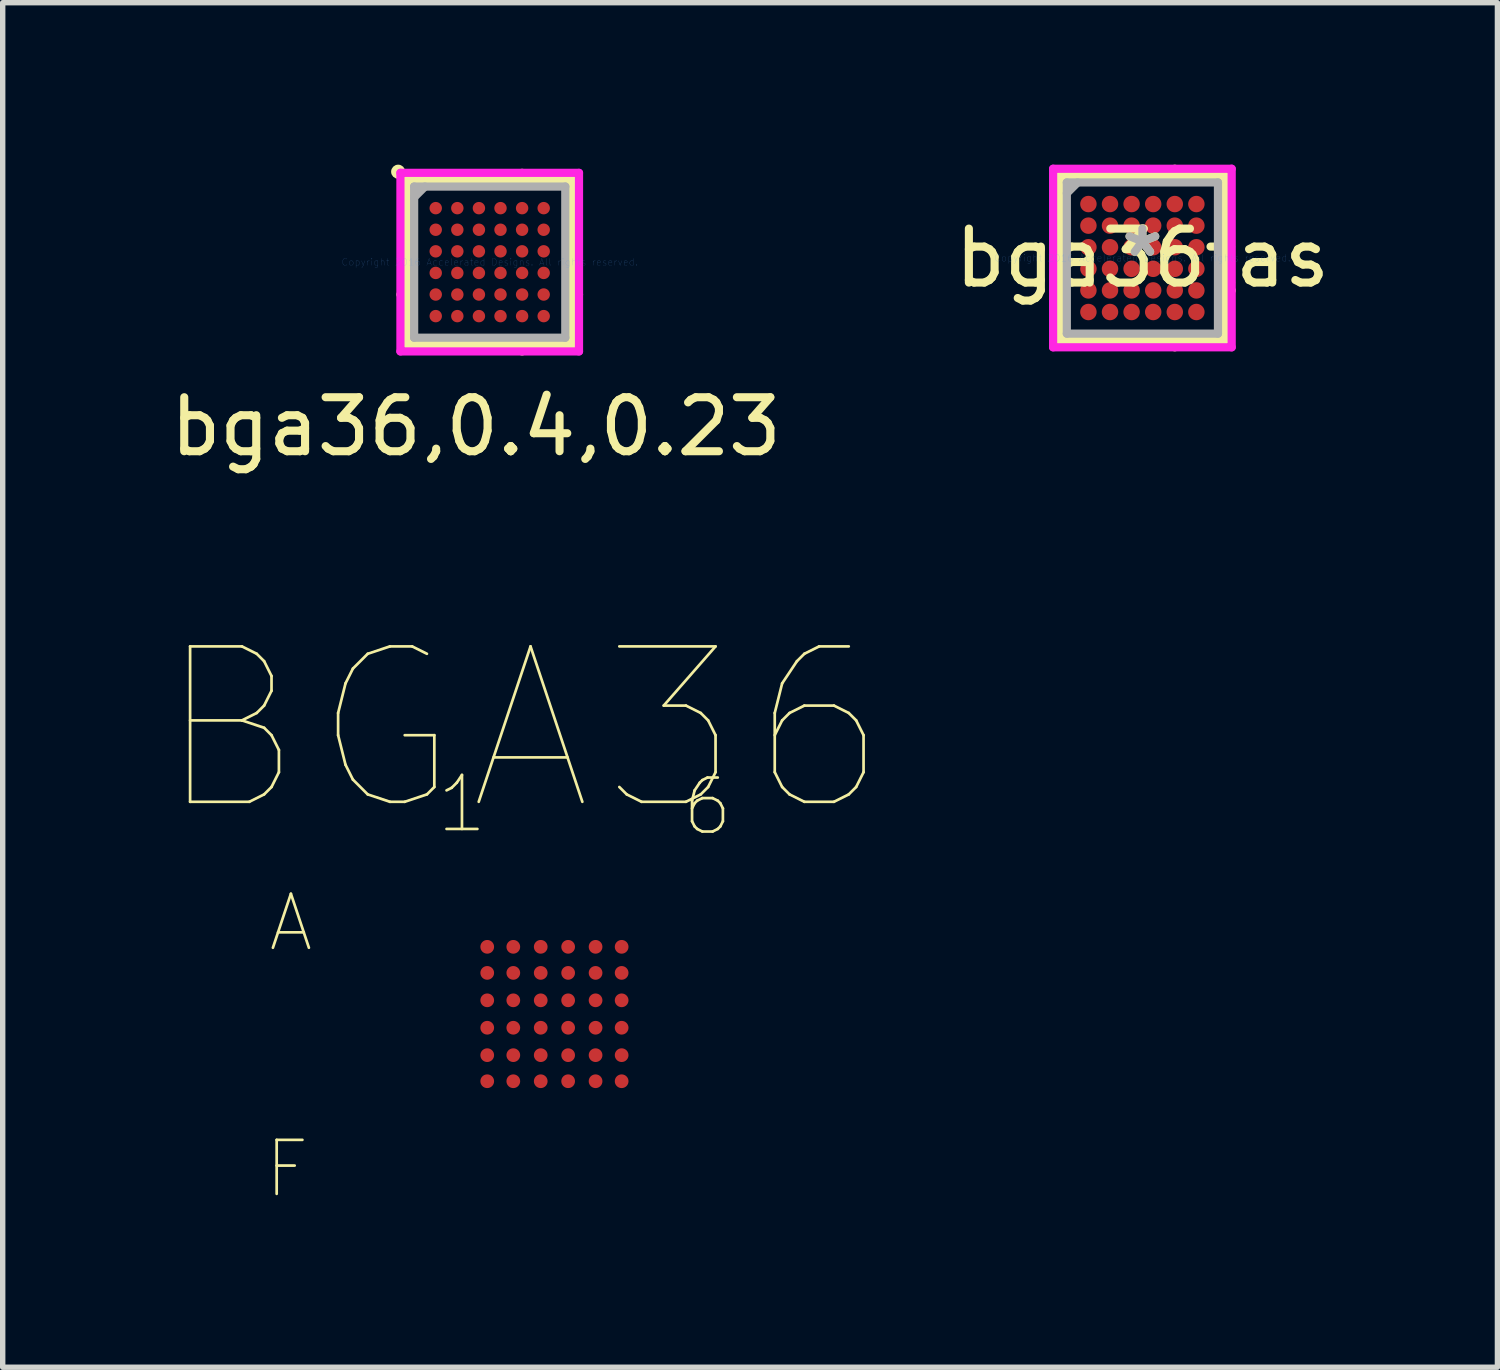
<source format=kicad_pcb>
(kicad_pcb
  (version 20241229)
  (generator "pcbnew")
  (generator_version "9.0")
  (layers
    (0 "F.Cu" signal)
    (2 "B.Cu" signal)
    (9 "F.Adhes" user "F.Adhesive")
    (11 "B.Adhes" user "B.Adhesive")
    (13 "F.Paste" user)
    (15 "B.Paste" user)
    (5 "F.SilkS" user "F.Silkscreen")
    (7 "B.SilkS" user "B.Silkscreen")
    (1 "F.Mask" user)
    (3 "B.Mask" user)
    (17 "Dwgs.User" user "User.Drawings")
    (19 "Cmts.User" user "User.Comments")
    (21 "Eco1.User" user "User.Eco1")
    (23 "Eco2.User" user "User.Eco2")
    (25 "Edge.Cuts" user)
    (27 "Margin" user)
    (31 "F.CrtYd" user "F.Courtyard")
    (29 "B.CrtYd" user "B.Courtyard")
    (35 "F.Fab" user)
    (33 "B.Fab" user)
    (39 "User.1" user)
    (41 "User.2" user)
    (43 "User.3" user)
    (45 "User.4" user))
  (footprint "BGA36"
    (layer "F.Cu")
    (at 7.221 15.735)
    (property "Reference" "BGA36" (at -0.58 -5.261 0) (layer "F.SilkS") (effects (font (size 2.879 2.879) (thickness 0.05))))
    (attr smd)
    (fp_line (start -1.499 -1.499) (end -1.499 1.499) (stroke (width 0.152) (type solid)) (layer "Eco2.User"))
    (fp_line (start -1.499 1.499) (end 1.499 1.499) (stroke (width 0.152) (type solid)) (layer "Eco2.User"))
    (fp_line (start 1.499 -1.499) (end -1.499 -1.499) (stroke (width 0.152) (type solid)) (layer "Eco2.User"))
    (fp_line (start 1.499 1.499) (end 1.499 -1.499) (stroke (width 0.152) (type solid)) (layer "Eco2.User"))
    (fp_text user "6" (at 2.835 -3.841 0) (layer "F.SilkS") (effects (font (size 1 1) (thickness 0.05))))
    (fp_text user "1" (at -1.713 -3.889 0) (layer "F.SilkS") (effects (font (size 1 1) (thickness 0.05))))
    (fp_text user "A" (at -4.882 -1.688 0) (layer "F.SilkS") (effects (font (size 1 1) (thickness 0.05))))
    (fp_text user "F" (at -4.955 2.871 0) (layer "F.SilkS") (effects (font (size 1 1) (thickness 0.05))))
    (fp_text user "6" (at 2.866 -3.883 0) (layer "Edge.Cuts") (effects (font (size 1 1) (thickness 0.05))))
    (fp_text user "A" (at -4.817 -1.666 0) (layer "Edge.Cuts") (effects (font (size 1 1) (thickness 0.05))))
    (fp_text user "1" (at -1.693 -3.842 0) (layer "Edge.Cuts") (effects (font (size 1 1) (thickness 0.05))))
    (fp_text user "F" (at -4.917 2.849 0) (layer "Edge.Cuts") (effects (font (size 1 1) (thickness 0.05))))
    (pad "A1" smd circle (at -1.245 -1.245) (size 0.254 0.254) (layers "F.Cu" "F.Mask" "F.Paste"))
    (pad "A2" smd circle (at -0.762 -1.245) (size 0.254 0.254) (layers "F.Cu" "F.Mask" "F.Paste"))
    (pad "A3" smd circle (at -0.254 -1.245) (size 0.254 0.254) (layers "F.Cu" "F.Mask" "F.Paste"))
    (pad "A4" smd circle (at 0.254 -1.245) (size 0.254 0.254) (layers "F.Cu" "F.Mask" "F.Paste"))
    (pad "A5" smd circle (at 0.762 -1.245) (size 0.254 0.254) (layers "F.Cu" "F.Mask" "F.Paste"))
    (pad "A6" smd circle (at 1.245 -1.245) (size 0.254 0.254) (layers "F.Cu" "F.Mask" "F.Paste"))
    (pad "B1" smd circle (at -1.245 -0.762) (size 0.254 0.254) (layers "F.Cu" "F.Mask" "F.Paste"))
    (pad "B2" smd circle (at -0.762 -0.762) (size 0.254 0.254) (layers "F.Cu" "F.Mask" "F.Paste"))
    (pad "B3" smd circle (at -0.254 -0.762) (size 0.254 0.254) (layers "F.Cu" "F.Mask" "F.Paste"))
    (pad "B4" smd circle (at 0.254 -0.762) (size 0.254 0.254) (layers "F.Cu" "F.Mask" "F.Paste"))
    (pad "B5" smd circle (at 0.762 -0.762) (size 0.254 0.254) (layers "F.Cu" "F.Mask" "F.Paste"))
    (pad "B6" smd circle (at 1.245 -0.762) (size 0.254 0.254) (layers "F.Cu" "F.Mask" "F.Paste"))
    (pad "C1" smd circle (at -1.245 -0.254) (size 0.254 0.254) (layers "F.Cu" "F.Mask" "F.Paste"))
    (pad "C2" smd circle (at -0.762 -0.254) (size 0.254 0.254) (layers "F.Cu" "F.Mask" "F.Paste"))
    (pad "C3" smd circle (at -0.254 -0.254) (size 0.254 0.254) (layers "F.Cu" "F.Mask" "F.Paste"))
    (pad "C4" smd circle (at 0.254 -0.254) (size 0.254 0.254) (layers "F.Cu" "F.Mask" "F.Paste"))
    (pad "C5" smd circle (at 0.762 -0.254) (size 0.254 0.254) (layers "F.Cu" "F.Mask" "F.Paste"))
    (pad "C6" smd circle (at 1.245 -0.254) (size 0.254 0.254) (layers "F.Cu" "F.Mask" "F.Paste"))
    (pad "D1" smd circle (at -1.245 0.254) (size 0.254 0.254) (layers "F.Cu" "F.Mask" "F.Paste"))
    (pad "D2" smd circle (at -0.762 0.254) (size 0.254 0.254) (layers "F.Cu" "F.Mask" "F.Paste"))
    (pad "D3" smd circle (at -0.254 0.254) (size 0.254 0.254) (layers "F.Cu" "F.Mask" "F.Paste"))
    (pad "D4" smd circle (at 0.254 0.254) (size 0.254 0.254) (layers "F.Cu" "F.Mask" "F.Paste"))
    (pad "D5" smd circle (at 0.762 0.254) (size 0.254 0.254) (layers "F.Cu" "F.Mask" "F.Paste"))
    (pad "D6" smd circle (at 1.245 0.254) (size 0.254 0.254) (layers "F.Cu" "F.Mask" "F.Paste"))
    (pad "E1" smd circle (at -1.245 0.762) (size 0.254 0.254) (layers "F.Cu" "F.Mask" "F.Paste"))
    (pad "E2" smd circle (at -0.762 0.762) (size 0.254 0.254) (layers "F.Cu" "F.Mask" "F.Paste"))
    (pad "E3" smd circle (at -0.254 0.762) (size 0.254 0.254) (layers "F.Cu" "F.Mask" "F.Paste"))
    (pad "E4" smd circle (at 0.254 0.762) (size 0.254 0.254) (layers "F.Cu" "F.Mask" "F.Paste"))
    (pad "E5" smd circle (at 0.762 0.762) (size 0.254 0.254) (layers "F.Cu" "F.Mask" "F.Paste"))
    (pad "E6" smd circle (at 1.245 0.762) (size 0.254 0.254) (layers "F.Cu" "F.Mask" "F.Paste"))
    (pad "F1" smd circle (at -1.245 1.245) (size 0.254 0.254) (layers "F.Cu" "F.Mask" "F.Paste"))
    (pad "F2" smd circle (at -0.762 1.245) (size 0.254 0.254) (layers "F.Cu" "F.Mask" "F.Paste"))
    (pad "F3" smd circle (at -0.254 1.245) (size 0.254 0.254) (layers "F.Cu" "F.Mask" "F.Paste"))
    (pad "F4" smd circle (at 0.254 1.245) (size 0.254 0.254) (layers "F.Cu" "F.Mask" "F.Paste"))
    (pad "F5" smd circle (at 0.762 1.245) (size 0.254 0.254) (layers "F.Cu" "F.Mask" "F.Paste"))
    (pad "F6" smd circle (at 1.245 1.245) (size 0.254 0.254) (layers "F.Cu" "F.Mask" "F.Paste")))
  (footprint "bga36,0.4,0.23"
    (layer "F.Cu")
    (at 6.022 1.806)
    (property "Reference" "bga36,0.4,0.23" (at -0.254 3.048 0) (layer "F.SilkS") (effects (font (size 1 1) (thickness 0.15))))
    (attr through_hole)
    (fp_line (start -1.527 -1.527) (end -1.527 1.527) (stroke (width 0.152) (type solid)) (layer "F.SilkS"))
    (fp_line (start -1.527 1.527) (end 1.527 1.527) (stroke (width 0.152) (type solid)) (layer "F.SilkS"))
    (fp_line (start -1.485 0.6) (end -1.654 0.6) (stroke (width 0.152) (type solid)) (layer "F.SilkS"))
    (fp_line (start 0.6 -1.485) (end 0.6 -1.654) (stroke (width 0.152) (type solid)) (layer "F.SilkS"))
    (fp_line (start 0.6 1.485) (end 0.6 1.654) (stroke (width 0.152) (type solid)) (layer "F.SilkS"))
    (fp_line (start 1.485 0.6) (end 1.654 0.6) (stroke (width 0.152) (type solid)) (layer "F.SilkS"))
    (fp_line (start 1.527 -1.527) (end -1.527 -1.527) (stroke (width 0.152) (type solid)) (layer "F.SilkS"))
    (fp_line (start 1.527 1.527) (end 1.527 -1.527) (stroke (width 0.152) (type solid)) (layer "F.SilkS"))
    (fp_circle (center -1.696 -1.675) (end -1.746 -1.725) (stroke (width 0.12) (type solid)) (fill no) (layer "F.SilkS"))
    (fp_line (start -1.654 -1.654) (end 1.654 -1.654) (stroke (width 0.152) (type solid)) (layer "F.CrtYd"))
    (fp_line (start -1.654 1.654) (end -1.654 -1.654) (stroke (width 0.152) (type solid)) (layer "F.CrtYd"))
    (fp_line (start 1.654 -1.654) (end 1.654 1.654) (stroke (width 0.152) (type solid)) (layer "F.CrtYd"))
    (fp_line (start 1.654 1.654) (end -1.654 1.654) (stroke (width 0.152) (type solid)) (layer "F.CrtYd"))
    (fp_line (start -1.4 -1.4) (end -1.4 1.4) (stroke (width 0.152) (type solid)) (layer "F.Fab"))
    (fp_line (start -1.4 1.4) (end 1.4 1.4) (stroke (width 0.152) (type solid)) (layer "F.Fab"))
    (fp_line (start -1.2 -1.4) (end -1.4 -1.2) (stroke (width 0.152) (type solid)) (layer "F.Fab"))
    (fp_line (start 1.4 -1.4) (end -1.4 -1.4) (stroke (width 0.152) (type solid)) (layer "F.Fab"))
    (fp_line (start 1.4 1.4) (end 1.4 -1.4) (stroke (width 0.152) (type solid)) (layer "F.Fab"))
    (fp_text user "Copyright 2016 Accelerated Designs. All rights reserved." (at 0 0 0) (layer "Cmts.User") (effects (font (size 0.127 0.127) (thickness 0.002))))
    (pad "A1" smd circle (at -1 -1) (size 0.23 0.23) (layers "F.Cu" "F.Mask" "F.Paste"))
    (pad "A2" smd circle (at -0.6 -1) (size 0.23 0.23) (layers "F.Cu" "F.Mask" "F.Paste"))
    (pad "A3" smd circle (at -0.2 -1) (size 0.23 0.23) (layers "F.Cu" "F.Mask" "F.Paste"))
    (pad "A4" smd circle (at 0.2 -1) (size 0.23 0.23) (layers "F.Cu" "F.Mask" "F.Paste"))
    (pad "A5" smd circle (at 0.6 -1) (size 0.23 0.23) (layers "F.Cu" "F.Mask" "F.Paste"))
    (pad "A6" smd circle (at 1 -1) (size 0.23 0.23) (layers "F.Cu" "F.Mask" "F.Paste"))
    (pad "B1" smd circle (at -1 -0.6) (size 0.23 0.23) (layers "F.Cu" "F.Mask" "F.Paste"))
    (pad "B2" smd circle (at -0.6 -0.6) (size 0.23 0.23) (layers "F.Cu" "F.Mask" "F.Paste"))
    (pad "B3" smd circle (at -0.2 -0.6) (size 0.23 0.23) (layers "F.Cu" "F.Mask" "F.Paste"))
    (pad "B4" smd circle (at 0.2 -0.6) (size 0.23 0.23) (layers "F.Cu" "F.Mask" "F.Paste"))
    (pad "B5" smd circle (at 0.6 -0.6) (size 0.23 0.23) (layers "F.Cu" "F.Mask" "F.Paste"))
    (pad "B6" smd circle (at 1 -0.6) (size 0.23 0.23) (layers "F.Cu" "F.Mask" "F.Paste"))
    (pad "C1" smd circle (at -1 -0.2) (size 0.23 0.23) (layers "F.Cu" "F.Mask" "F.Paste"))
    (pad "C2" smd circle (at -0.6 -0.2) (size 0.23 0.23) (layers "F.Cu" "F.Mask" "F.Paste"))
    (pad "C3" smd circle (at -0.2 -0.2) (size 0.23 0.23) (layers "F.Cu" "F.Mask" "F.Paste"))
    (pad "C4" smd circle (at 0.2 -0.2) (size 0.23 0.23) (layers "F.Cu" "F.Mask" "F.Paste"))
    (pad "C5" smd circle (at 0.6 -0.2) (size 0.23 0.23) (layers "F.Cu" "F.Mask" "F.Paste"))
    (pad "C6" smd circle (at 1 -0.2) (size 0.23 0.23) (layers "F.Cu" "F.Mask" "F.Paste"))
    (pad "D1" smd circle (at -1 0.2) (size 0.23 0.23) (layers "F.Cu" "F.Mask" "F.Paste"))
    (pad "D2" smd circle (at -0.6 0.2) (size 0.23 0.23) (layers "F.Cu" "F.Mask" "F.Paste"))
    (pad "D3" smd circle (at -0.2 0.2) (size 0.23 0.23) (layers "F.Cu" "F.Mask" "F.Paste"))
    (pad "D4" smd circle (at 0.2 0.2) (size 0.23 0.23) (layers "F.Cu" "F.Mask" "F.Paste"))
    (pad "D5" smd circle (at 0.6 0.2) (size 0.23 0.23) (layers "F.Cu" "F.Mask" "F.Paste"))
    (pad "D6" smd circle (at 1 0.2) (size 0.23 0.23) (layers "F.Cu" "F.Mask" "F.Paste"))
    (pad "E1" smd circle (at -1 0.6) (size 0.23 0.23) (layers "F.Cu" "F.Mask" "F.Paste"))
    (pad "E2" smd circle (at -0.6 0.6) (size 0.23 0.23) (layers "F.Cu" "F.Mask" "F.Paste"))
    (pad "E3" smd circle (at -0.2 0.6) (size 0.23 0.23) (layers "F.Cu" "F.Mask" "F.Paste"))
    (pad "E4" smd circle (at 0.2 0.6) (size 0.23 0.23) (layers "F.Cu" "F.Mask" "F.Paste"))
    (pad "E5" smd circle (at 0.6 0.6) (size 0.23 0.23) (layers "F.Cu" "F.Mask" "F.Paste"))
    (pad "E6" smd circle (at 1 0.6) (size 0.23 0.23) (layers "F.Cu" "F.Mask" "F.Paste"))
    (pad "F1" smd circle (at -1 1) (size 0.23 0.23) (layers "F.Cu" "F.Mask" "F.Paste"))
    (pad "F2" smd circle (at -0.6 1) (size 0.23 0.23) (layers "F.Cu" "F.Mask" "F.Paste"))
    (pad "F3" smd circle (at -0.2 1) (size 0.23 0.23) (layers "F.Cu" "F.Mask" "F.Paste"))
    (pad "F4" smd circle (at 0.2 1) (size 0.23 0.23) (layers "F.Cu" "F.Mask" "F.Paste"))
    (pad "F5" smd circle (at 0.6 1) (size 0.23 0.23) (layers "F.Cu" "F.Mask" "F.Paste"))
    (pad "F6" smd circle (at 1 1) (size 0.23 0.23) (layers "F.Cu" "F.Mask" "F.Paste")))
  (footprint "bga36tas"
    (layer "F.Cu")
    (at 18.113 1.73)
    (property "Reference" "bga36tas" (at 0 0 0) (layer "F.SilkS") (effects (font (size 1 1) (thickness 0.15))))
    (attr through_hole)
    (fp_line (start -1.527 -1.527) (end -1.527 1.527) (stroke (width 0.152) (type solid)) (layer "F.SilkS"))
    (fp_line (start -1.527 1.527) (end 1.527 1.527) (stroke (width 0.152) (type solid)) (layer "F.SilkS"))
    (fp_line (start -1.485 0.6) (end -1.654 0.6) (stroke (width 0.152) (type solid)) (layer "F.SilkS"))
    (fp_line (start 0.6 -1.485) (end 0.6 -1.654) (stroke (width 0.152) (type solid)) (layer "F.SilkS"))
    (fp_line (start 0.6 1.485) (end 0.6 1.654) (stroke (width 0.152) (type solid)) (layer "F.SilkS"))
    (fp_line (start 1.485 0.6) (end 1.654 0.6) (stroke (width 0.152) (type solid)) (layer "F.SilkS"))
    (fp_line (start 1.527 -1.527) (end -1.527 -1.527) (stroke (width 0.152) (type solid)) (layer "F.SilkS"))
    (fp_line (start 1.527 1.527) (end 1.527 -1.527) (stroke (width 0.152) (type solid)) (layer "F.SilkS"))
    (fp_line (start -1.654 -1.654) (end 1.654 -1.654) (stroke (width 0.152) (type solid)) (layer "F.CrtYd"))
    (fp_line (start -1.654 1.654) (end -1.654 -1.654) (stroke (width 0.152) (type solid)) (layer "F.CrtYd"))
    (fp_line (start 1.654 -1.654) (end 1.654 1.654) (stroke (width 0.152) (type solid)) (layer "F.CrtYd"))
    (fp_line (start 1.654 1.654) (end -1.654 1.654) (stroke (width 0.152) (type solid)) (layer "F.CrtYd"))
    (fp_line (start -1.4 -1.4) (end -1.4 1.4) (stroke (width 0.152) (type solid)) (layer "F.Fab"))
    (fp_line (start -1.4 1.4) (end 1.4 1.4) (stroke (width 0.152) (type solid)) (layer "F.Fab"))
    (fp_line (start -1.2 -1.4) (end -1.4 -1.2) (stroke (width 0.152) (type solid)) (layer "F.Fab"))
    (fp_line (start 1.4 -1.4) (end -1.4 -1.4) (stroke (width 0.152) (type solid)) (layer "F.Fab"))
    (fp_line (start 1.4 1.4) (end 1.4 -1.4) (stroke (width 0.152) (type solid)) (layer "F.Fab"))
    (fp_text user "*" (at 0 0 0) (layer "F.SilkS") (effects (font (size 1 1) (thickness 0.15))))
    (fp_text user "Copyright 2016 Accelerated Designs. All rights reserved." (at 0 0 0) (layer "Cmts.User") (effects (font (size 0.127 0.127) (thickness 0.002))))
    (fp_text user "*" (at 0 0 0) (layer "F.Fab") (effects (font (size 1 1) (thickness 0.15))))
    (pad "A1" smd circle (at -1 -1) (size 0.305 0.305) (layers "F.Cu" "F.Mask" "F.Paste"))
    (pad "A2" smd circle (at -0.6 -1) (size 0.305 0.305) (layers "F.Cu" "F.Mask" "F.Paste"))
    (pad "A3" smd circle (at -0.2 -1) (size 0.305 0.305) (layers "F.Cu" "F.Mask" "F.Paste"))
    (pad "A4" smd circle (at 0.2 -1) (size 0.305 0.305) (layers "F.Cu" "F.Mask" "F.Paste"))
    (pad "A5" smd circle (at 0.6 -1) (size 0.305 0.305) (layers "F.Cu" "F.Mask" "F.Paste"))
    (pad "A6" smd circle (at 1 -1) (size 0.305 0.305) (layers "F.Cu" "F.Mask" "F.Paste"))
    (pad "B1" smd circle (at -1 -0.6) (size 0.305 0.305) (layers "F.Cu" "F.Mask" "F.Paste"))
    (pad "B2" smd circle (at -0.6 -0.6) (size 0.305 0.305) (layers "F.Cu" "F.Mask" "F.Paste"))
    (pad "B3" smd circle (at -0.2 -0.6) (size 0.305 0.305) (layers "F.Cu" "F.Mask" "F.Paste"))
    (pad "B4" smd circle (at 0.2 -0.6) (size 0.305 0.305) (layers "F.Cu" "F.Mask" "F.Paste"))
    (pad "B5" smd circle (at 0.6 -0.6) (size 0.305 0.305) (layers "F.Cu" "F.Mask" "F.Paste"))
    (pad "B6" smd circle (at 1 -0.6) (size 0.305 0.305) (layers "F.Cu" "F.Mask" "F.Paste"))
    (pad "C1" smd circle (at -1 -0.2) (size 0.305 0.305) (layers "F.Cu" "F.Mask" "F.Paste"))
    (pad "C2" smd circle (at -0.6 -0.2) (size 0.305 0.305) (layers "F.Cu" "F.Mask" "F.Paste"))
    (pad "C3" smd circle (at -0.2 -0.2) (size 0.305 0.305) (layers "F.Cu" "F.Mask" "F.Paste"))
    (pad "C4" smd circle (at 0.2 -0.2) (size 0.305 0.305) (layers "F.Cu" "F.Mask" "F.Paste"))
    (pad "C5" smd circle (at 0.6 -0.2) (size 0.305 0.305) (layers "F.Cu" "F.Mask" "F.Paste"))
    (pad "C6" smd circle (at 1 -0.2) (size 0.305 0.305) (layers "F.Cu" "F.Mask" "F.Paste"))
    (pad "D1" smd circle (at -1 0.2) (size 0.305 0.305) (layers "F.Cu" "F.Mask" "F.Paste"))
    (pad "D2" smd circle (at -0.6 0.2) (size 0.305 0.305) (layers "F.Cu" "F.Mask" "F.Paste"))
    (pad "D3" smd circle (at -0.2 0.2) (size 0.305 0.305) (layers "F.Cu" "F.Mask" "F.Paste"))
    (pad "D4" smd circle (at 0.2 0.2) (size 0.305 0.305) (layers "F.Cu" "F.Mask" "F.Paste"))
    (pad "D5" smd circle (at 0.6 0.2) (size 0.305 0.305) (layers "F.Cu" "F.Mask" "F.Paste"))
    (pad "D6" smd circle (at 1 0.2) (size 0.305 0.305) (layers "F.Cu" "F.Mask" "F.Paste"))
    (pad "E1" smd circle (at -1 0.6) (size 0.305 0.305) (layers "F.Cu" "F.Mask" "F.Paste"))
    (pad "E2" smd circle (at -0.6 0.6) (size 0.305 0.305) (layers "F.Cu" "F.Mask" "F.Paste"))
    (pad "E3" smd circle (at -0.2 0.6) (size 0.305 0.305) (layers "F.Cu" "F.Mask" "F.Paste"))
    (pad "E4" smd circle (at 0.2 0.6) (size 0.305 0.305) (layers "F.Cu" "F.Mask" "F.Paste"))
    (pad "E5" smd circle (at 0.6 0.6) (size 0.305 0.305) (layers "F.Cu" "F.Mask" "F.Paste"))
    (pad "E6" smd circle (at 1 0.6) (size 0.305 0.305) (layers "F.Cu" "F.Mask" "F.Paste"))
    (pad "F1" smd circle (at -1 1) (size 0.305 0.305) (layers "F.Cu" "F.Mask" "F.Paste"))
    (pad "F2" smd circle (at -0.6 1) (size 0.305 0.305) (layers "F.Cu" "F.Mask" "F.Paste"))
    (pad "F3" smd circle (at -0.2 1) (size 0.305 0.305) (layers "F.Cu" "F.Mask" "F.Paste"))
    (pad "F4" smd circle (at 0.2 1) (size 0.305 0.305) (layers "F.Cu" "F.Mask" "F.Paste"))
    (pad "F5" smd circle (at 0.6 1) (size 0.305 0.305) (layers "F.Cu" "F.Mask" "F.Paste"))
    (pad "F6" smd circle (at 1 1) (size 0.305 0.305) (layers "F.Cu" "F.Mask" "F.Paste")))
  (gr_rect
    (start -3 -3)
    (end 24.69 22.278)
    (stroke (width 0.1) (type default))
    (fill no)
    (layer "Edge.Cuts")))
</source>
